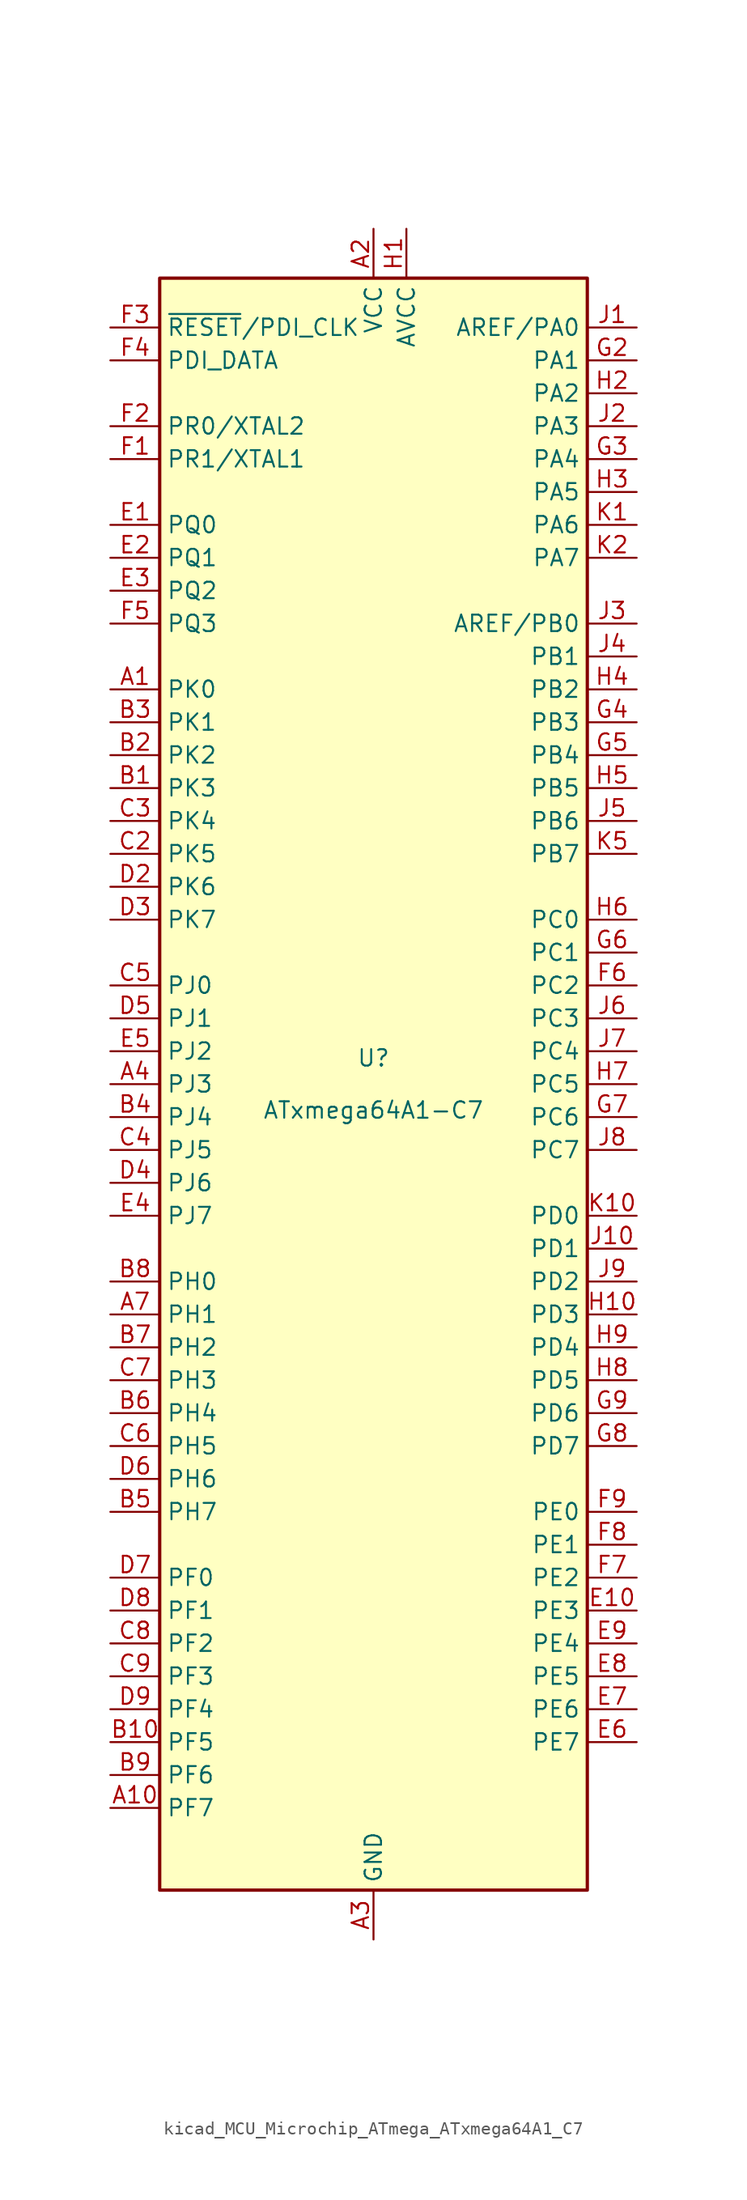
<source format=kicad_sym>
(kicad_symbol_lib
  (version 20220914)
  (generator kicad_symbol_editor)
  (symbol "kicad_MCU_Microchip_ATmega_ATxmega64A1_C7"
    (property "Reference" "U"
      (at 0 1.27 0)
      (effects (font (size 1.27 1.27)) (justify bottom)))
    (property "Value" "ATxmega64A1-C7"
      (at 0 -1.27 0)
      (effects (font (size 1.27 1.27)) (justify top)))
    (symbol "kicad_MCU_Microchip_ATmega_ATxmega64A1_C7_0_1"
      (rectangle (start -16.51 -62.23) (end 16.51 62.23) (stroke (width 0.254) (type default)) (fill (type background))))
    (symbol "kicad_MCU_Microchip_ATmega_ATxmega64A1_C7_1_1"
      (pin bidirectional line (at -20.32 30.48 0) (length 3.81) (name "PK0" (effects (font (size 1.27 1.27)))) (number "A1" (effects (font (size 1.27 1.27)))))
      (pin bidirectional line (at -20.32 -55.88 0) (length 3.81) (name "PF7" (effects (font (size 1.27 1.27)))) (number "A10" (effects (font (size 1.27 1.27)))))
      (pin power_in line (at 0 66.04 270) (length 3.81) (name "VCC" (effects (font (size 1.27 1.27)))) (number "A2" (effects (font (size 1.27 1.27)))))
      (pin power_in line (at 0 -66.04 90) (length 3.81) (name "GND" (effects (font (size 1.27 1.27)))) (number "A3" (effects (font (size 1.27 1.27)))))
      (pin bidirectional line (at -20.32 0 0) (length 3.81) (name "PJ3" (effects (font (size 1.27 1.27)))) (number "A4" (effects (font (size 1.27 1.27)))))
      (pin passive line (at 0 66.04 270) (length 3.81) hide (name "VCC" (effects (font (size 1.27 1.27)))) (number "A5" (effects (font (size 1.27 1.27)))))
      (pin passive line (at 0 -66.04 90) (length 3.81) hide (name "GND" (effects (font (size 1.27 1.27)))) (number "A6" (effects (font (size 1.27 1.27)))))
      (pin bidirectional line (at -20.32 -17.78 0) (length 3.81) (name "PH1" (effects (font (size 1.27 1.27)))) (number "A7" (effects (font (size 1.27 1.27)))))
      (pin passive line (at 0 -66.04 90) (length 3.81) hide (name "GND" (effects (font (size 1.27 1.27)))) (number "A8" (effects (font (size 1.27 1.27)))))
      (pin passive line (at 0 66.04 270) (length 3.81) hide (name "VCC" (effects (font (size 1.27 1.27)))) (number "A9" (effects (font (size 1.27 1.27)))))
      (pin bidirectional line (at -20.32 22.86 0) (length 3.81) (name "PK3" (effects (font (size 1.27 1.27)))) (number "B1" (effects (font (size 1.27 1.27)))))
      (pin bidirectional line (at -20.32 -50.8 0) (length 3.81) (name "PF5" (effects (font (size 1.27 1.27)))) (number "B10" (effects (font (size 1.27 1.27)))))
      (pin bidirectional line (at -20.32 25.4 0) (length 3.81) (name "PK2" (effects (font (size 1.27 1.27)))) (number "B2" (effects (font (size 1.27 1.27)))))
      (pin bidirectional line (at -20.32 27.94 0) (length 3.81) (name "PK1" (effects (font (size 1.27 1.27)))) (number "B3" (effects (font (size 1.27 1.27)))))
      (pin bidirectional line (at -20.32 -2.54 0) (length 3.81) (name "PJ4" (effects (font (size 1.27 1.27)))) (number "B4" (effects (font (size 1.27 1.27)))))
      (pin bidirectional line (at -20.32 -33.02 0) (length 3.81) (name "PH7" (effects (font (size 1.27 1.27)))) (number "B5" (effects (font (size 1.27 1.27)))))
      (pin bidirectional line (at -20.32 -25.4 0) (length 3.81) (name "PH4" (effects (font (size 1.27 1.27)))) (number "B6" (effects (font (size 1.27 1.27)))))
      (pin bidirectional line (at -20.32 -20.32 0) (length 3.81) (name "PH2" (effects (font (size 1.27 1.27)))) (number "B7" (effects (font (size 1.27 1.27)))))
      (pin bidirectional line (at -20.32 -15.24 0) (length 3.81) (name "PH0" (effects (font (size 1.27 1.27)))) (number "B8" (effects (font (size 1.27 1.27)))))
      (pin bidirectional line (at -20.32 -53.34 0) (length 3.81) (name "PF6" (effects (font (size 1.27 1.27)))) (number "B9" (effects (font (size 1.27 1.27)))))
      (pin passive line (at 0 66.04 270) (length 3.81) hide (name "VCC" (effects (font (size 1.27 1.27)))) (number "C1" (effects (font (size 1.27 1.27)))))
      (pin passive line (at 0 66.04 270) (length 3.81) hide (name "VCC" (effects (font (size 1.27 1.27)))) (number "C10" (effects (font (size 1.27 1.27)))))
      (pin bidirectional line (at -20.32 17.78 0) (length 3.81) (name "PK5" (effects (font (size 1.27 1.27)))) (number "C2" (effects (font (size 1.27 1.27)))))
      (pin bidirectional line (at -20.32 20.32 0) (length 3.81) (name "PK4" (effects (font (size 1.27 1.27)))) (number "C3" (effects (font (size 1.27 1.27)))))
      (pin bidirectional line (at -20.32 -5.08 0) (length 3.81) (name "PJ5" (effects (font (size 1.27 1.27)))) (number "C4" (effects (font (size 1.27 1.27)))))
      (pin bidirectional line (at -20.32 7.62 0) (length 3.81) (name "PJ0" (effects (font (size 1.27 1.27)))) (number "C5" (effects (font (size 1.27 1.27)))))
      (pin bidirectional line (at -20.32 -27.94 0) (length 3.81) (name "PH5" (effects (font (size 1.27 1.27)))) (number "C6" (effects (font (size 1.27 1.27)))))
      (pin bidirectional line (at -20.32 -22.86 0) (length 3.81) (name "PH3" (effects (font (size 1.27 1.27)))) (number "C7" (effects (font (size 1.27 1.27)))))
      (pin bidirectional line (at -20.32 -43.18 0) (length 3.81) (name "PF2" (effects (font (size 1.27 1.27)))) (number "C8" (effects (font (size 1.27 1.27)))))
      (pin bidirectional line (at -20.32 -45.72 0) (length 3.81) (name "PF3" (effects (font (size 1.27 1.27)))) (number "C9" (effects (font (size 1.27 1.27)))))
      (pin passive line (at 0 -66.04 90) (length 3.81) hide (name "GND" (effects (font (size 1.27 1.27)))) (number "D1" (effects (font (size 1.27 1.27)))))
      (pin passive line (at 0 -66.04 90) (length 3.81) hide (name "GND" (effects (font (size 1.27 1.27)))) (number "D10" (effects (font (size 1.27 1.27)))))
      (pin bidirectional line (at -20.32 15.24 0) (length 3.81) (name "PK6" (effects (font (size 1.27 1.27)))) (number "D2" (effects (font (size 1.27 1.27)))))
      (pin bidirectional line (at -20.32 12.7 0) (length 3.81) (name "PK7" (effects (font (size 1.27 1.27)))) (number "D3" (effects (font (size 1.27 1.27)))))
      (pin bidirectional line (at -20.32 -7.62 0) (length 3.81) (name "PJ6" (effects (font (size 1.27 1.27)))) (number "D4" (effects (font (size 1.27 1.27)))))
      (pin bidirectional line (at -20.32 5.08 0) (length 3.81) (name "PJ1" (effects (font (size 1.27 1.27)))) (number "D5" (effects (font (size 1.27 1.27)))))
      (pin bidirectional line (at -20.32 -30.48 0) (length 3.81) (name "PH6" (effects (font (size 1.27 1.27)))) (number "D6" (effects (font (size 1.27 1.27)))))
      (pin bidirectional line (at -20.32 -38.1 0) (length 3.81) (name "PF0" (effects (font (size 1.27 1.27)))) (number "D7" (effects (font (size 1.27 1.27)))))
      (pin bidirectional line (at -20.32 -40.64 0) (length 3.81) (name "PF1" (effects (font (size 1.27 1.27)))) (number "D8" (effects (font (size 1.27 1.27)))))
      (pin bidirectional line (at -20.32 -48.26 0) (length 3.81) (name "PF4" (effects (font (size 1.27 1.27)))) (number "D9" (effects (font (size 1.27 1.27)))))
      (pin bidirectional line (at -20.32 43.18 0) (length 3.81) (name "PQ0" (effects (font (size 1.27 1.27)))) (number "E1" (effects (font (size 1.27 1.27)))))
      (pin bidirectional line (at 20.32 -40.64 180) (length 3.81) (name "PE3" (effects (font (size 1.27 1.27)))) (number "E10" (effects (font (size 1.27 1.27)))))
      (pin bidirectional line (at -20.32 40.64 0) (length 3.81) (name "PQ1" (effects (font (size 1.27 1.27)))) (number "E2" (effects (font (size 1.27 1.27)))))
      (pin bidirectional line (at -20.32 38.1 0) (length 3.81) (name "PQ2" (effects (font (size 1.27 1.27)))) (number "E3" (effects (font (size 1.27 1.27)))))
      (pin bidirectional line (at -20.32 -10.16 0) (length 3.81) (name "PJ7" (effects (font (size 1.27 1.27)))) (number "E4" (effects (font (size 1.27 1.27)))))
      (pin bidirectional line (at -20.32 2.54 0) (length 3.81) (name "PJ2" (effects (font (size 1.27 1.27)))) (number "E5" (effects (font (size 1.27 1.27)))))
      (pin bidirectional line (at 20.32 -50.8 180) (length 3.81) (name "PE7" (effects (font (size 1.27 1.27)))) (number "E6" (effects (font (size 1.27 1.27)))))
      (pin bidirectional line (at 20.32 -48.26 180) (length 3.81) (name "PE6" (effects (font (size 1.27 1.27)))) (number "E7" (effects (font (size 1.27 1.27)))))
      (pin bidirectional line (at 20.32 -45.72 180) (length 3.81) (name "PE5" (effects (font (size 1.27 1.27)))) (number "E8" (effects (font (size 1.27 1.27)))))
      (pin bidirectional line (at 20.32 -43.18 180) (length 3.81) (name "PE4" (effects (font (size 1.27 1.27)))) (number "E9" (effects (font (size 1.27 1.27)))))
      (pin bidirectional line (at -20.32 48.26 0) (length 3.81) (name "PR1/XTAL1" (effects (font (size 1.27 1.27)))) (number "F1" (effects (font (size 1.27 1.27)))))
      (pin passive line (at 0 66.04 270) (length 3.81) hide (name "VCC" (effects (font (size 1.27 1.27)))) (number "F10" (effects (font (size 1.27 1.27)))))
      (pin bidirectional line (at -20.32 50.8 0) (length 3.81) (name "PR0/XTAL2" (effects (font (size 1.27 1.27)))) (number "F2" (effects (font (size 1.27 1.27)))))
      (pin input line (at -20.32 58.42 0) (length 3.81) (name "~{RESET}/PDI_CLK" (effects (font (size 1.27 1.27)))) (number "F3" (effects (font (size 1.27 1.27)))))
      (pin bidirectional line (at -20.32 55.88 0) (length 3.81) (name "PDI_DATA" (effects (font (size 1.27 1.27)))) (number "F4" (effects (font (size 1.27 1.27)))))
      (pin bidirectional line (at -20.32 35.56 0) (length 3.81) (name "PQ3" (effects (font (size 1.27 1.27)))) (number "F5" (effects (font (size 1.27 1.27)))))
      (pin bidirectional line (at 20.32 7.62 180) (length 3.81) (name "PC2" (effects (font (size 1.27 1.27)))) (number "F6" (effects (font (size 1.27 1.27)))))
      (pin bidirectional line (at 20.32 -38.1 180) (length 3.81) (name "PE2" (effects (font (size 1.27 1.27)))) (number "F7" (effects (font (size 1.27 1.27)))))
      (pin bidirectional line (at 20.32 -35.56 180) (length 3.81) (name "PE1" (effects (font (size 1.27 1.27)))) (number "F8" (effects (font (size 1.27 1.27)))))
      (pin bidirectional line (at 20.32 -33.02 180) (length 3.81) (name "PE0" (effects (font (size 1.27 1.27)))) (number "F9" (effects (font (size 1.27 1.27)))))
      (pin passive line (at 0 -66.04 90) (length 3.81) hide (name "GND" (effects (font (size 1.27 1.27)))) (number "G1" (effects (font (size 1.27 1.27)))))
      (pin passive line (at 0 -66.04 90) (length 3.81) hide (name "GND" (effects (font (size 1.27 1.27)))) (number "G10" (effects (font (size 1.27 1.27)))))
      (pin bidirectional line (at 20.32 55.88 180) (length 3.81) (name "PA1" (effects (font (size 1.27 1.27)))) (number "G2" (effects (font (size 1.27 1.27)))))
      (pin bidirectional line (at 20.32 48.26 180) (length 3.81) (name "PA4" (effects (font (size 1.27 1.27)))) (number "G3" (effects (font (size 1.27 1.27)))))
      (pin bidirectional line (at 20.32 27.94 180) (length 3.81) (name "PB3" (effects (font (size 1.27 1.27)))) (number "G4" (effects (font (size 1.27 1.27)))))
      (pin bidirectional line (at 20.32 25.4 180) (length 3.81) (name "PB4" (effects (font (size 1.27 1.27)))) (number "G5" (effects (font (size 1.27 1.27)))))
      (pin bidirectional line (at 20.32 10.16 180) (length 3.81) (name "PC1" (effects (font (size 1.27 1.27)))) (number "G6" (effects (font (size 1.27 1.27)))))
      (pin bidirectional line (at 20.32 -2.54 180) (length 3.81) (name "PC6" (effects (font (size 1.27 1.27)))) (number "G7" (effects (font (size 1.27 1.27)))))
      (pin bidirectional line (at 20.32 -27.94 180) (length 3.81) (name "PD7" (effects (font (size 1.27 1.27)))) (number "G8" (effects (font (size 1.27 1.27)))))
      (pin bidirectional line (at 20.32 -25.4 180) (length 3.81) (name "PD6" (effects (font (size 1.27 1.27)))) (number "G9" (effects (font (size 1.27 1.27)))))
      (pin power_in line (at 2.54 66.04 270) (length 3.81) (name "AVCC" (effects (font (size 1.27 1.27)))) (number "H1" (effects (font (size 1.27 1.27)))))
      (pin bidirectional line (at 20.32 -17.78 180) (length 3.81) (name "PD3" (effects (font (size 1.27 1.27)))) (number "H10" (effects (font (size 1.27 1.27)))))
      (pin bidirectional line (at 20.32 53.34 180) (length 3.81) (name "PA2" (effects (font (size 1.27 1.27)))) (number "H2" (effects (font (size 1.27 1.27)))))
      (pin bidirectional line (at 20.32 45.72 180) (length 3.81) (name "PA5" (effects (font (size 1.27 1.27)))) (number "H3" (effects (font (size 1.27 1.27)))))
      (pin bidirectional line (at 20.32 30.48 180) (length 3.81) (name "PB2" (effects (font (size 1.27 1.27)))) (number "H4" (effects (font (size 1.27 1.27)))))
      (pin bidirectional line (at 20.32 22.86 180) (length 3.81) (name "PB5" (effects (font (size 1.27 1.27)))) (number "H5" (effects (font (size 1.27 1.27)))))
      (pin bidirectional line (at 20.32 12.7 180) (length 3.81) (name "PC0" (effects (font (size 1.27 1.27)))) (number "H6" (effects (font (size 1.27 1.27)))))
      (pin bidirectional line (at 20.32 0 180) (length 3.81) (name "PC5" (effects (font (size 1.27 1.27)))) (number "H7" (effects (font (size 1.27 1.27)))))
      (pin bidirectional line (at 20.32 -22.86 180) (length 3.81) (name "PD5" (effects (font (size 1.27 1.27)))) (number "H8" (effects (font (size 1.27 1.27)))))
      (pin bidirectional line (at 20.32 -20.32 180) (length 3.81) (name "PD4" (effects (font (size 1.27 1.27)))) (number "H9" (effects (font (size 1.27 1.27)))))
      (pin bidirectional line (at 20.32 58.42 180) (length 3.81) (name "AREF/PA0" (effects (font (size 1.27 1.27)))) (number "J1" (effects (font (size 1.27 1.27)))))
      (pin bidirectional line (at 20.32 -12.7 180) (length 3.81) (name "PD1" (effects (font (size 1.27 1.27)))) (number "J10" (effects (font (size 1.27 1.27)))))
      (pin bidirectional line (at 20.32 50.8 180) (length 3.81) (name "PA3" (effects (font (size 1.27 1.27)))) (number "J2" (effects (font (size 1.27 1.27)))))
      (pin bidirectional line (at 20.32 35.56 180) (length 3.81) (name "AREF/PB0" (effects (font (size 1.27 1.27)))) (number "J3" (effects (font (size 1.27 1.27)))))
      (pin bidirectional line (at 20.32 33.02 180) (length 3.81) (name "PB1" (effects (font (size 1.27 1.27)))) (number "J4" (effects (font (size 1.27 1.27)))))
      (pin bidirectional line (at 20.32 20.32 180) (length 3.81) (name "PB6" (effects (font (size 1.27 1.27)))) (number "J5" (effects (font (size 1.27 1.27)))))
      (pin bidirectional line (at 20.32 5.08 180) (length 3.81) (name "PC3" (effects (font (size 1.27 1.27)))) (number "J6" (effects (font (size 1.27 1.27)))))
      (pin bidirectional line (at 20.32 2.54 180) (length 3.81) (name "PC4" (effects (font (size 1.27 1.27)))) (number "J7" (effects (font (size 1.27 1.27)))))
      (pin bidirectional line (at 20.32 -5.08 180) (length 3.81) (name "PC7" (effects (font (size 1.27 1.27)))) (number "J8" (effects (font (size 1.27 1.27)))))
      (pin bidirectional line (at 20.32 -15.24 180) (length 3.81) (name "PD2" (effects (font (size 1.27 1.27)))) (number "J9" (effects (font (size 1.27 1.27)))))
      (pin bidirectional line (at 20.32 43.18 180) (length 3.81) (name "PA6" (effects (font (size 1.27 1.27)))) (number "K1" (effects (font (size 1.27 1.27)))))
      (pin bidirectional line (at 20.32 -10.16 180) (length 3.81) (name "PD0" (effects (font (size 1.27 1.27)))) (number "K10" (effects (font (size 1.27 1.27)))))
      (pin bidirectional line (at 20.32 40.64 180) (length 3.81) (name "PA7" (effects (font (size 1.27 1.27)))) (number "K2" (effects (font (size 1.27 1.27)))))
      (pin passive line (at 0 -66.04 90) (length 3.81) hide (name "GND" (effects (font (size 1.27 1.27)))) (number "K3" (effects (font (size 1.27 1.27)))))
      (pin passive line (at 2.54 66.04 270) (length 3.81) hide (name "AVCC" (effects (font (size 1.27 1.27)))) (number "K4" (effects (font (size 1.27 1.27)))))
      (pin bidirectional line (at 20.32 17.78 180) (length 3.81) (name "PB7" (effects (font (size 1.27 1.27)))) (number "K5" (effects (font (size 1.27 1.27)))))
      (pin passive line (at 0 66.04 270) (length 3.81) hide (name "VCC" (effects (font (size 1.27 1.27)))) (number "K6" (effects (font (size 1.27 1.27)))))
      (pin passive line (at 0 -66.04 90) (length 3.81) hide (name "GND" (effects (font (size 1.27 1.27)))) (number "K7" (effects (font (size 1.27 1.27)))))
      (pin passive line (at 0 66.04 270) (length 3.81) hide (name "VCC" (effects (font (size 1.27 1.27)))) (number "K8" (effects (font (size 1.27 1.27)))))
      (pin passive line (at 0 -66.04 90) (length 3.81) hide (name "GND" (effects (font (size 1.27 1.27)))) (number "K9" (effects (font (size 1.27 1.27))))))))
</source>
